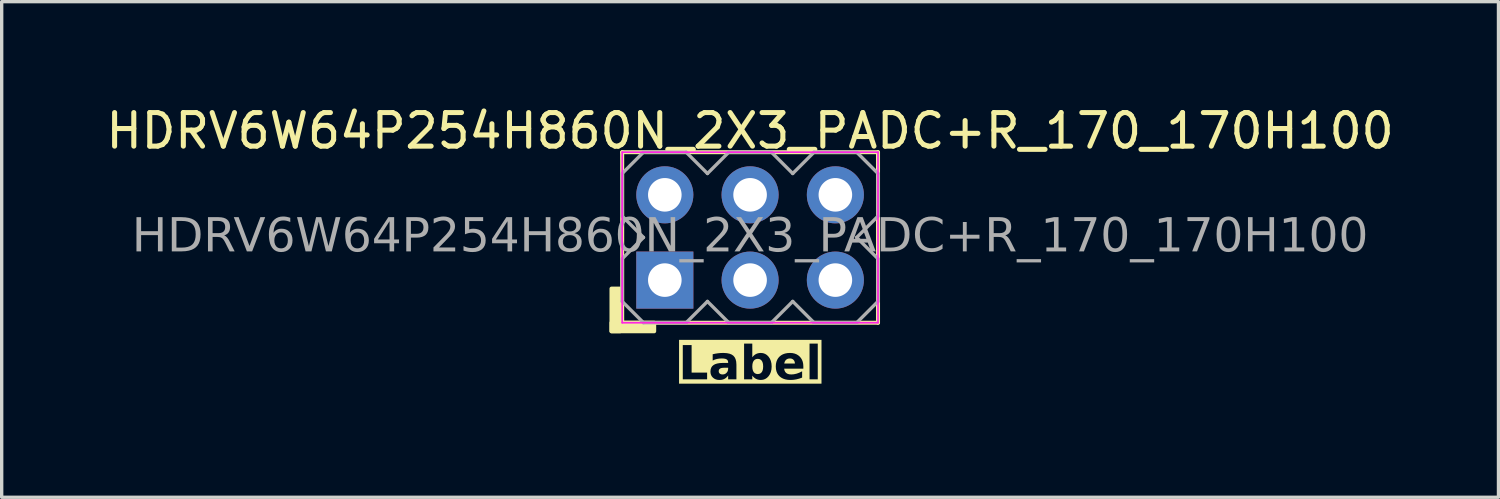
<source format=kicad_pcb>
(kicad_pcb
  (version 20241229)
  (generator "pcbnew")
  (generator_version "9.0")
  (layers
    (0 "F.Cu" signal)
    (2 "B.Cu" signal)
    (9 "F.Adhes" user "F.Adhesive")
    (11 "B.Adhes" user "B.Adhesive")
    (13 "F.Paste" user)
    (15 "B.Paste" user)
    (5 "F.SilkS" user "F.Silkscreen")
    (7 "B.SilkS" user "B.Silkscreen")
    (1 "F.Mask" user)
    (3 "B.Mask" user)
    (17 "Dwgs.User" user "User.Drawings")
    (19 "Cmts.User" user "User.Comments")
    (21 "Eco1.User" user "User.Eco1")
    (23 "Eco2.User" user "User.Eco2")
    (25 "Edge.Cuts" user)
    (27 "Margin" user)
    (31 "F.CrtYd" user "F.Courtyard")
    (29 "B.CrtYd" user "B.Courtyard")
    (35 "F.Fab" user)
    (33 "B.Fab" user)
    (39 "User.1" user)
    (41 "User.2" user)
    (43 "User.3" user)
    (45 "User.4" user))
  (footprint "HDRV6W64P254H860N_2X3_PADC+R_170_170H100"
    (layer "F.Cu")
    (at 19.292 4.023)
    (property "Reference" "HDRV6W64P254H860N_2X3_PADC+R_170_170H100" (at 0 -3.175 0) (layer "F.SilkS") (effects (font (size 1 1) (thickness 0.15))))
    (property "Label" "Label" (at 0 3.81 0) (layer "F.SilkS" knockout) (effects (font (face "Tahoma") (size 1 1) (thickness 0.2) (bold yes))))
    (attr through_hole)
    (fp_line (start -3.81 2.54) (end -3.81 -2.54) (stroke (width 0.12) (type solid)) (layer "F.SilkS"))
    (fp_line (start 3.81 -2.54) (end -3.81 -2.54) (stroke (width 0.12) (type solid)) (layer "F.SilkS"))
    (fp_line (start 3.81 2.54) (end -3.81 2.54) (stroke (width 0.12) (type solid)) (layer "F.SilkS"))
    (fp_line (start 3.81 2.54) (end 3.81 -2.54) (stroke (width 0.12) (type solid)) (layer "F.SilkS"))
    (fp_rect (start -4.128 1.524) (end -3.873 2.794) (stroke (width 0.12) (type solid)) (fill yes) (layer "F.SilkS"))
    (fp_rect (start -4.128 2.54) (end -2.857 2.794) (stroke (width 0.12) (type solid)) (fill yes) (layer "F.SilkS"))
    (fp_line (start -3.81 2.54) (end -3.81 -2.54) (stroke (width 0.05) (type solid)) (layer "F.CrtYd"))
    (fp_line (start 3.81 -2.54) (end -3.81 -2.54) (stroke (width 0.05) (type solid)) (layer "F.CrtYd"))
    (fp_line (start 3.81 2.54) (end -3.81 2.54) (stroke (width 0.05) (type solid)) (layer "F.CrtYd"))
    (fp_line (start 3.81 2.54) (end 3.81 -2.54) (stroke (width 0.05) (type solid)) (layer "F.CrtYd"))
    (fp_line (start -3.81 -1.905) (end -3.81 -0.635) (stroke (width 0.1) (type solid)) (layer "F.Fab"))
    (fp_line (start -3.81 -1.905) (end -3.175 -2.54) (stroke (width 0.1) (type solid)) (layer "F.Fab"))
    (fp_line (start -3.81 0.635) (end -3.175 0) (stroke (width 0.1) (type solid)) (layer "F.Fab"))
    (fp_line (start -3.81 1.905) (end -3.81 0.635) (stroke (width 0.1) (type solid)) (layer "F.Fab"))
    (fp_line (start -3.175 -2.54) (end -1.905 -2.54) (stroke (width 0.1) (type solid)) (layer "F.Fab"))
    (fp_line (start -3.175 0) (end -3.81 -0.635) (stroke (width 0.1) (type solid)) (layer "F.Fab"))
    (fp_line (start -3.175 2.54) (end -3.81 1.905) (stroke (width 0.1) (type solid)) (layer "F.Fab"))
    (fp_line (start -1.905 -2.54) (end -1.27 -1.905) (stroke (width 0.1) (type solid)) (layer "F.Fab"))
    (fp_line (start -1.905 2.54) (end -3.175 2.54) (stroke (width 0.1) (type solid)) (layer "F.Fab"))
    (fp_line (start -1.27 -1.905) (end -0.635 -2.54) (stroke (width 0.1) (type solid)) (layer "F.Fab"))
    (fp_line (start -1.27 1.905) (end -1.905 2.54) (stroke (width 0.1) (type solid)) (layer "F.Fab"))
    (fp_line (start -0.635 -2.54) (end 0.635 -2.54) (stroke (width 0.1) (type solid)) (layer "F.Fab"))
    (fp_line (start -0.635 2.54) (end -1.27 1.905) (stroke (width 0.1) (type solid)) (layer "F.Fab"))
    (fp_line (start 0.635 -2.54) (end 1.27 -1.905) (stroke (width 0.1) (type solid)) (layer "F.Fab"))
    (fp_line (start 0.635 2.54) (end -0.635 2.54) (stroke (width 0.1) (type solid)) (layer "F.Fab"))
    (fp_line (start 1.27 -1.905) (end 1.905 -2.54) (stroke (width 0.1) (type solid)) (layer "F.Fab"))
    (fp_line (start 1.27 1.905) (end 0.635 2.54) (stroke (width 0.1) (type solid)) (layer "F.Fab"))
    (fp_line (start 1.905 -2.54) (end 3.175 -2.54) (stroke (width 0.1) (type solid)) (layer "F.Fab"))
    (fp_line (start 1.905 2.54) (end 1.27 1.905) (stroke (width 0.1) (type solid)) (layer "F.Fab"))
    (fp_line (start 3.175 -2.54) (end 3.81 -1.905) (stroke (width 0.1) (type solid)) (layer "F.Fab"))
    (fp_line (start 3.175 0) (end 3.81 0.635) (stroke (width 0.1) (type solid)) (layer "F.Fab"))
    (fp_line (start 3.175 2.54) (end 1.905 2.54) (stroke (width 0.1) (type solid)) (layer "F.Fab"))
    (fp_line (start 3.81 -1.905) (end 3.81 -0.635) (stroke (width 0.1) (type solid)) (layer "F.Fab"))
    (fp_line (start 3.81 -0.635) (end 3.175 0) (stroke (width 0.1) (type solid)) (layer "F.Fab"))
    (fp_line (start 3.81 0.635) (end 3.81 1.905) (stroke (width 0.1) (type solid)) (layer "F.Fab"))
    (fp_line (start 3.81 1.905) (end 3.175 2.54) (stroke (width 0.1) (type solid)) (layer "F.Fab"))
    (fp_rect (start -2.286 -1.524) (end -2.794 -1.016) (stroke (width 0.1) (type solid)) (fill no) (layer "F.Fab"))
    (fp_rect (start -2.286 1.016) (end -2.794 1.524) (stroke (width 0.1) (type solid)) (fill no) (layer "F.Fab"))
    (fp_rect (start 0.254 -1.524) (end -0.254 -1.016) (stroke (width 0.1) (type solid)) (fill no) (layer "F.Fab"))
    (fp_rect (start 0.254 1.016) (end -0.254 1.524) (stroke (width 0.1) (type solid)) (fill no) (layer "F.Fab"))
    (fp_rect (start 2.794 -1.524) (end 2.286 -1.016) (stroke (width 0.1) (type solid)) (fill no) (layer "F.Fab"))
    (fp_rect (start 2.794 1.016) (end 2.286 1.524) (stroke (width 0.1) (type solid)) (fill no) (layer "F.Fab"))
    (fp_text user "${REFERENCE}" (at 0 0 0) (layer "F.Fab") (effects (font (face "Tahoma") (size 1 1) (thickness 0.15))))
    (pad "1" thru_hole rect (at -2.54 1.27) (size 1.7 1.7) (drill 1) (layers "*.Cu" "*.Mask"))
    (pad "2" thru_hole circle (at -2.54 -1.27) (size 1.7 1.7) (drill 1) (layers "*.Cu" "*.Mask"))
    (pad "3" thru_hole circle (at 0 1.27) (size 1.7 1.7) (drill 1) (layers "*.Cu" "*.Mask"))
    (pad "4" thru_hole circle (at 0 -1.27) (size 1.7 1.7) (drill 1) (layers "*.Cu" "*.Mask"))
    (pad "5" thru_hole circle (at 2.54 1.27) (size 1.7 1.7) (drill 1) (layers "*.Cu" "*.Mask"))
    (pad "6" thru_hole circle (at 2.54 -1.27) (size 1.7 1.7) (drill 1) (layers "*.Cu" "*.Mask")))
  (gr_rect
    (start -3 -3)
    (end 41.583 11.761)
    (stroke (width 0.1) (type default))
    (fill no)
    (layer "Edge.Cuts")))
</source>
